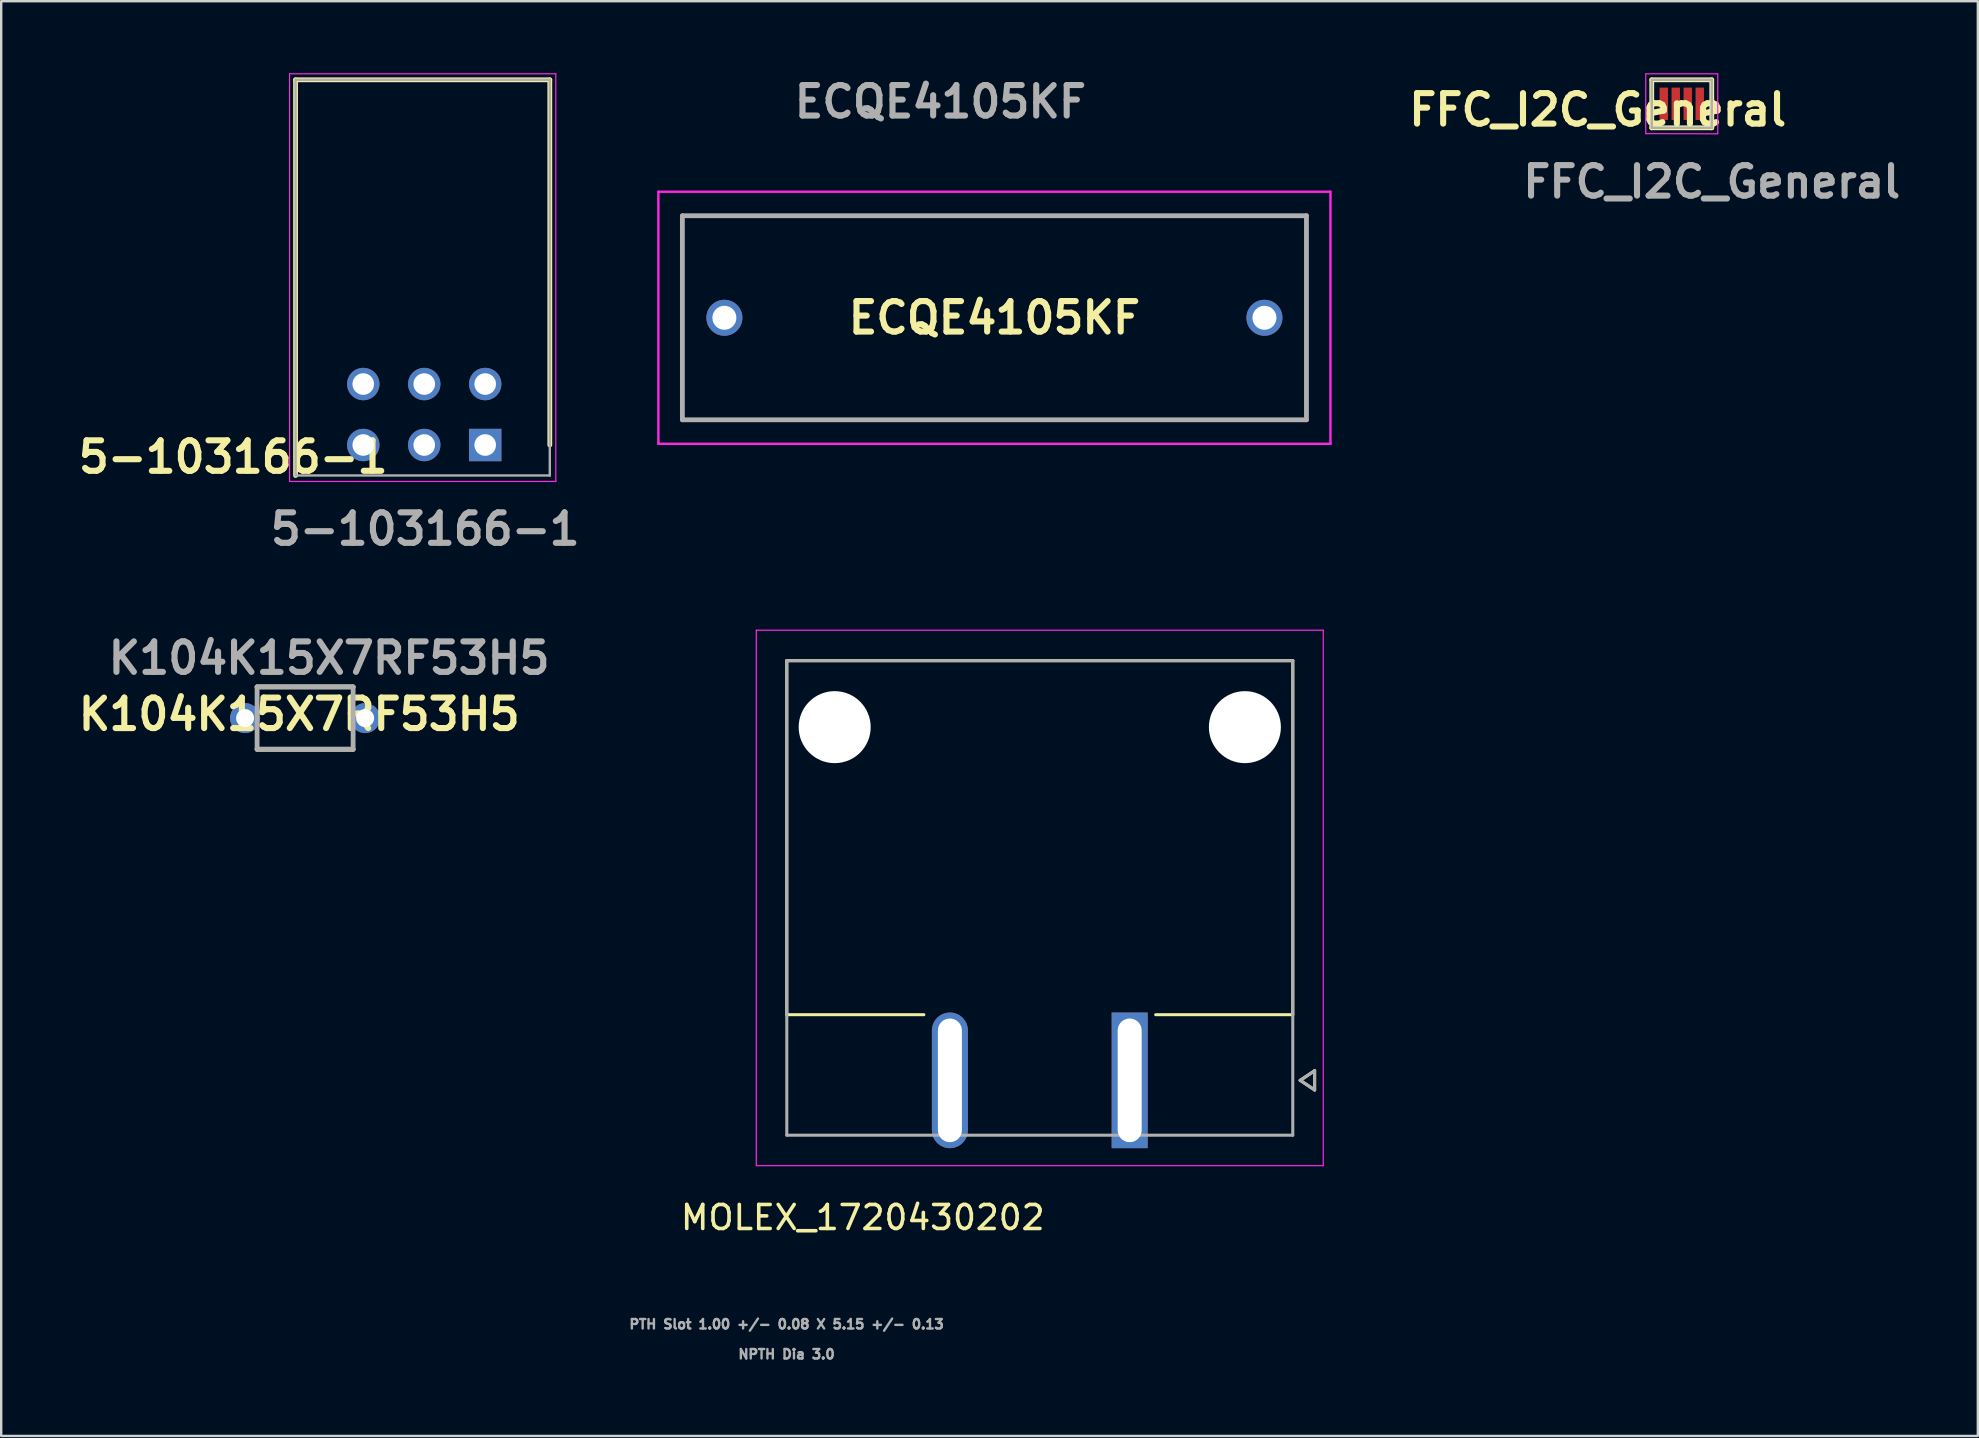
<source format=kicad_pcb>
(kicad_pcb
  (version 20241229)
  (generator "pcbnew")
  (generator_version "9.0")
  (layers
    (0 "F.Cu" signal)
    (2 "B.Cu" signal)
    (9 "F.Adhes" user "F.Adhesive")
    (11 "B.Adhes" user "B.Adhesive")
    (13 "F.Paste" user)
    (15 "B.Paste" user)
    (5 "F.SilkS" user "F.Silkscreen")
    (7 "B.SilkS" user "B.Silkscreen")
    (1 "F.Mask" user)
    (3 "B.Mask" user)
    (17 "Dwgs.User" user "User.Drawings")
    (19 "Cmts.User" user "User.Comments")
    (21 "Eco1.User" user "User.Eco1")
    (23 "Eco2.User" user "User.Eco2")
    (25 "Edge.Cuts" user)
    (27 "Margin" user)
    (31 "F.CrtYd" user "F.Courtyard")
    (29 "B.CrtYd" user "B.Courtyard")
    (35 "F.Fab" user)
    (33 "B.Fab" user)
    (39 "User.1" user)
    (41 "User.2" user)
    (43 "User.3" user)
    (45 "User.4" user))
  (footprint "K104K15X7RF53H5"
    (layer "F.Cu")
    (at 9.661 26.867)
    (property "Reference" "K104K15X7RF53H5" (at -0.245 -0.159 0) (layer "F.SilkS") (effects (font (size 1.27 1.27) (thickness 0.254))))
    (attr through_hole)
    (fp_line (start -2 -1.3) (end 2 -1.3) (stroke (width 0.2) (type solid)) (layer "F.SilkS"))
    (fp_line (start -2 1.3) (end 2 1.3) (stroke (width 0.2) (type solid)) (layer "F.SilkS"))
    (fp_line (start -2 -1.3) (end 2 -1.3) (stroke (width 0.2) (type solid)) (layer "F.Fab"))
    (fp_line (start -2 1.3) (end -2 -1.3) (stroke (width 0.2) (type solid)) (layer "F.Fab"))
    (fp_line (start 2 -1.3) (end 2 1.3) (stroke (width 0.2) (type solid)) (layer "F.Fab"))
    (fp_line (start 2 1.3) (end -2 1.3) (stroke (width 0.2) (type solid)) (layer "F.Fab"))
    (fp_text user "${REFERENCE}" (at 1 -2.5 0) (layer "F.Fab") (effects (font (size 1.27 1.27) (thickness 0.254))))
    (pad "1" thru_hole circle (at -2.5 0) (size 1.25 1.25) (drill 0.75) (layers "*.Cu" "*.Mask"))
    (pad "2" thru_hole circle (at 2.5 0) (size 1.25 1.25) (drill 0.75) (layers "*.Cu" "*.Mask")))
  (footprint "ECQE4105KF"
    (layer "F.Cu")
    (at 27.129 10.189)
    (property "Reference" "ECQE4105KF" (at 11.25 0 0) (layer "F.SilkS") (effects (font (size 1.27 1.27) (thickness 0.254))))
    (attr through_hole)
    (fp_line (start -1.75 -4.25) (end 24.25 -4.25) (stroke (width 0.1) (type solid)) (layer "F.SilkS"))
    (fp_line (start -1.75 4.25) (end -1.75 -4.25) (stroke (width 0.1) (type solid)) (layer "F.SilkS"))
    (fp_line (start 24.25 -4.25) (end 24.25 4.25) (stroke (width 0.1) (type solid)) (layer "F.SilkS"))
    (fp_line (start 24.25 4.25) (end -1.75 4.25) (stroke (width 0.1) (type solid)) (layer "F.SilkS"))
    (fp_line (start -2.75 -5.25) (end 25.25 -5.25) (stroke (width 0.1) (type solid)) (layer "F.CrtYd"))
    (fp_line (start -2.75 5.25) (end -2.75 -5.25) (stroke (width 0.1) (type solid)) (layer "F.CrtYd"))
    (fp_line (start 25.25 -5.25) (end 25.25 5.25) (stroke (width 0.1) (type solid)) (layer "F.CrtYd"))
    (fp_line (start 25.25 5.25) (end -2.75 5.25) (stroke (width 0.1) (type solid)) (layer "F.CrtYd"))
    (fp_line (start -1.75 -4.25) (end 24.25 -4.25) (stroke (width 0.2) (type solid)) (layer "F.Fab"))
    (fp_line (start -1.75 4.25) (end -1.75 -4.25) (stroke (width 0.2) (type solid)) (layer "F.Fab"))
    (fp_line (start 24.25 -4.25) (end 24.25 4.25) (stroke (width 0.2) (type solid)) (layer "F.Fab"))
    (fp_line (start 24.25 4.25) (end -1.75 4.25) (stroke (width 0.2) (type solid)) (layer "F.Fab"))
    (fp_text user "${REFERENCE}" (at 9 -9 0) (layer "F.Fab") (effects (font (size 1.27 1.27) (thickness 0.254))))
    (pad "1" thru_hole circle (at 0 0) (size 1.5 1.5) (drill 1) (layers "*.Cu" "*.Mask"))
    (pad "2" thru_hole circle (at 22.5 0) (size 1.5 1.5) (drill 1) (layers "*.Cu" "*.Mask")))
  (footprint "FFC_I2C_General"
    (layer "F.Cu")
    (at 67.265 1.525)
    (property "Reference" "FFC_I2C_General" (at -3.75 0 0) (layer "F.SilkS") (effects (font (size 1.27 1.27) (thickness 0.254))))
    (attr through_hole)
    (fp_line (start -1.5 -1.25) (end -1.5 0.75) (stroke (width 0.2) (type solid)) (layer "F.SilkS"))
    (fp_line (start 1 -1.25) (end -1.5 -1.25) (stroke (width 0.2) (type solid)) (layer "F.SilkS"))
    (fp_line (start 1 0.75) (end -1.5 0.75) (stroke (width 0.2) (type solid)) (layer "F.SilkS"))
    (fp_line (start 1 0.75) (end 1 -1.25) (stroke (width 0.2) (type solid)) (layer "F.SilkS"))
    (fp_line (start -1.75 -1.5) (end 1.25 -1.5) (stroke (width 0.05) (type solid)) (layer "F.CrtYd"))
    (fp_line (start -1.75 0.993) (end -1.75 -1.5) (stroke (width 0.05) (type solid)) (layer "F.CrtYd"))
    (fp_line (start 1.25 -1.5) (end 1.25 0.993) (stroke (width 0.05) (type solid)) (layer "F.CrtYd"))
    (fp_line (start 1.25 1) (end -1.75 0.993) (stroke (width 0.05) (type solid)) (layer "F.CrtYd"))
    (fp_line (start -1.5 -1.25) (end 1 -1.25) (stroke (width 0.1) (type solid)) (layer "F.Fab"))
    (fp_line (start -1.5 0.75) (end -1.5 -1.25) (stroke (width 0.1) (type solid)) (layer "F.Fab"))
    (fp_line (start 1 -1.25) (end 1 0.75) (stroke (width 0.1) (type solid)) (layer "F.Fab"))
    (fp_line (start 1 0.75) (end -1.5 0.75) (stroke (width 0.1) (type solid)) (layer "F.Fab"))
    (fp_text user "${REFERENCE}" (at 1 3 0) (layer "F.Fab") (effects (font (size 1.27 1.27) (thickness 0.254))))
    (pad "1" smd rect (at -1 -0.25) (size 0.35 1.35) (layers "F.Cu" "F.Mask" "F.Paste"))
    (pad "2" smd rect (at -0.5 -0.25) (size 0.35 1.35) (layers "F.Cu" "F.Mask" "F.Paste"))
    (pad "3" smd rect (at 0 -0.25) (size 0.35 1.35) (layers "F.Cu" "F.Mask" "F.Paste"))
    (pad "4" smd rect (at 0.5 -0.25) (size 0.35 1.35) (layers "F.Cu" "F.Mask" "F.Paste")))
  (footprint "MOLEX_1720430202"
    (layer "F.Cu")
    (at 44.014 41.959)
    (property "Reference" "MOLEX_1720430202" (at -11.12 5.715 0) (layer "F.SilkS") (effects (font (size 1 1) (thickness 0.15))))
    (attr through_hole)
    (fp_circle (center -12.29 -14.715) (end -11.502 -14.715) (stroke (width 1.576) (type solid)) (fill no) (layer "F.Mask"))
    (fp_circle (center 4.8 -14.715) (end 5.588 -14.715) (stroke (width 1.576) (type solid)) (fill no) (layer "F.Mask"))
    (fp_circle (center -12.29 -14.715) (end -11.502 -14.715) (stroke (width 1.576) (type solid)) (fill no) (layer "B.Mask"))
    (fp_circle (center 4.8 -14.715) (end 5.588 -14.715) (stroke (width 1.576) (type solid)) (fill no) (layer "B.Mask"))
    (fp_line (start -14.285 -17.485) (end 6.795 -17.485) (stroke (width 0.127) (type solid)) (layer "F.SilkS"))
    (fp_line (start -14.285 -2.735) (end -14.285 -17.485) (stroke (width 0.127) (type solid)) (layer "F.SilkS"))
    (fp_line (start -14.285 -2.735) (end -8.575 -2.735) (stroke (width 0.127) (type solid)) (layer "F.SilkS"))
    (fp_line (start 1.085 -2.735) (end 6.795 -2.735) (stroke (width 0.127) (type solid)) (layer "F.SilkS"))
    (fp_line (start 6.795 -17.485) (end 6.795 -2.735) (stroke (width 0.127) (type solid)) (layer "F.SilkS"))
    (fp_line (start 7.105 0) (end 7.705 -0.4) (stroke (width 0.127) (type solid)) (layer "F.SilkS"))
    (fp_line (start 7.705 -0.4) (end 7.705 0.4) (stroke (width 0.127) (type solid)) (layer "F.SilkS"))
    (fp_line (start 7.705 0.4) (end 7.105 0) (stroke (width 0.127) (type solid)) (layer "F.SilkS"))
    (fp_line (start -15.555 -18.755) (end 8.065 -18.755) (stroke (width 0.05) (type solid)) (layer "F.CrtYd"))
    (fp_line (start -15.555 3.555) (end -15.555 -18.755) (stroke (width 0.05) (type solid)) (layer "F.CrtYd"))
    (fp_line (start 8.065 -18.755) (end 8.065 3.555) (stroke (width 0.05) (type solid)) (layer "F.CrtYd"))
    (fp_line (start 8.065 3.555) (end -15.555 3.555) (stroke (width 0.05) (type solid)) (layer "F.CrtYd"))
    (fp_line (start -14.285 -17.485) (end 6.795 -17.485) (stroke (width 0.127) (type solid)) (layer "F.Fab"))
    (fp_line (start -14.285 2.285) (end -14.285 -17.485) (stroke (width 0.127) (type solid)) (layer "F.Fab"))
    (fp_line (start -14.285 2.285) (end 6.795 2.285) (stroke (width 0.127) (type solid)) (layer "F.Fab"))
    (fp_line (start 6.795 -17.485) (end 6.795 2.285) (stroke (width 0.127) (type solid)) (layer "F.Fab"))
    (fp_line (start 7.105 0) (end 7.705 -0.4) (stroke (width 0.127) (type solid)) (layer "F.Fab"))
    (fp_line (start 7.705 -0.4) (end 7.705 0.4) (stroke (width 0.127) (type solid)) (layer "F.Fab"))
    (fp_line (start 7.705 0.4) (end 7.105 0) (stroke (width 0.127) (type solid)) (layer "F.Fab"))
    (fp_text user "PTH Slot 1.00 +/- 0.08 X 5.15 +/- 0.13" (at -14.295 10.16 0) (layer "F.Fab") (effects (font (size 0.394 0.394) (thickness 0.15))))
    (fp_text user "NPTH Dia 3.0" (at -14.295 11.41 0) (layer "F.Fab") (effects (font (size 0.394 0.394) (thickness 0.15))))
    (pad "" np_thru_hole circle (at -12.29 -14.715) (size 3 3) (drill 3) (layers "*.Cu" "*.Mask"))
    (pad "" np_thru_hole circle (at 4.8 -14.715) (size 3 3) (drill 3) (layers "*.Cu" "*.Mask"))
    (pad "1" thru_hole rect (at 0 0) (size 1.5 5.65) (drill oval 1 5.15) (layers "*.Cu" "*.Mask"))
    (pad "2" thru_hole oval (at -7.49 0) (size 1.5 5.65) (drill oval 1 5.15) (layers "*.Cu" "*.Mask")))
  (footprint "5-103166-1"
    (layer "F.Cu")
    (at 17.164 15.49)
    (property "Reference" "5-103166-1" (at -10.5 0.5 0) (layer "F.SilkS") (effects (font (size 1.27 1.27) (thickness 0.254))))
    (attr through_hole)
    (fp_line (start -7.9 -15.215) (end -7.9 1.27) (stroke (width 0.2) (type solid)) (layer "F.SilkS"))
    (fp_line (start 2.692 -15.215) (end -7.9 -15.215) (stroke (width 0.2) (type solid)) (layer "F.SilkS"))
    (fp_line (start 2.692 0) (end 2.692 -15.215) (stroke (width 0.2) (type solid)) (layer "F.SilkS"))
    (fp_line (start -8.15 -15.465) (end 2.942 -15.465) (stroke (width 0.05) (type solid)) (layer "F.CrtYd"))
    (fp_line (start -8.15 1.52) (end -8.15 -15.465) (stroke (width 0.05) (type solid)) (layer "F.CrtYd"))
    (fp_line (start 2.942 -15.465) (end 2.942 1.52) (stroke (width 0.05) (type solid)) (layer "F.CrtYd"))
    (fp_line (start 2.942 1.52) (end -8.15 1.52) (stroke (width 0.05) (type solid)) (layer "F.CrtYd"))
    (fp_line (start -7.9 -15.215) (end 2.692 -15.215) (stroke (width 0.1) (type solid)) (layer "F.Fab"))
    (fp_line (start -7.9 1.27) (end -7.9 -15.215) (stroke (width 0.1) (type solid)) (layer "F.Fab"))
    (fp_line (start 2.692 -15.215) (end 2.692 1.27) (stroke (width 0.1) (type solid)) (layer "F.Fab"))
    (fp_line (start 2.692 1.27) (end -7.9 1.27) (stroke (width 0.1) (type solid)) (layer "F.Fab"))
    (fp_text user "${REFERENCE}" (at -2.5 3.5 0) (layer "F.Fab") (effects (font (size 1.27 1.27) (thickness 0.254))))
    (pad "1" thru_hole rect (at 0 0) (size 1.35 1.35) (drill 0.9) (layers "*.Cu" "*.Mask"))
    (pad "2" thru_hole circle (at 0 -2.54) (size 1.35 1.35) (drill 0.9) (layers "*.Cu" "*.Mask"))
    (pad "3" thru_hole circle (at -2.54 0) (size 1.35 1.35) (drill 0.9) (layers "*.Cu" "*.Mask"))
    (pad "4" thru_hole circle (at -2.54 -2.54) (size 1.35 1.35) (drill 0.9) (layers "*.Cu" "*.Mask"))
    (pad "5" thru_hole circle (at -5.08 0) (size 1.35 1.35) (drill 0.9) (layers "*.Cu" "*.Mask"))
    (pad "6" thru_hole circle (at -5.08 -2.54) (size 1.35 1.35) (drill 0.9) (layers "*.Cu" "*.Mask")))
  (gr_rect
    (start -3 -3)
    (end 79.35 56.772)
    (stroke (width 0.1) (type default))
    (fill no)
    (layer "Edge.Cuts")))
</source>
